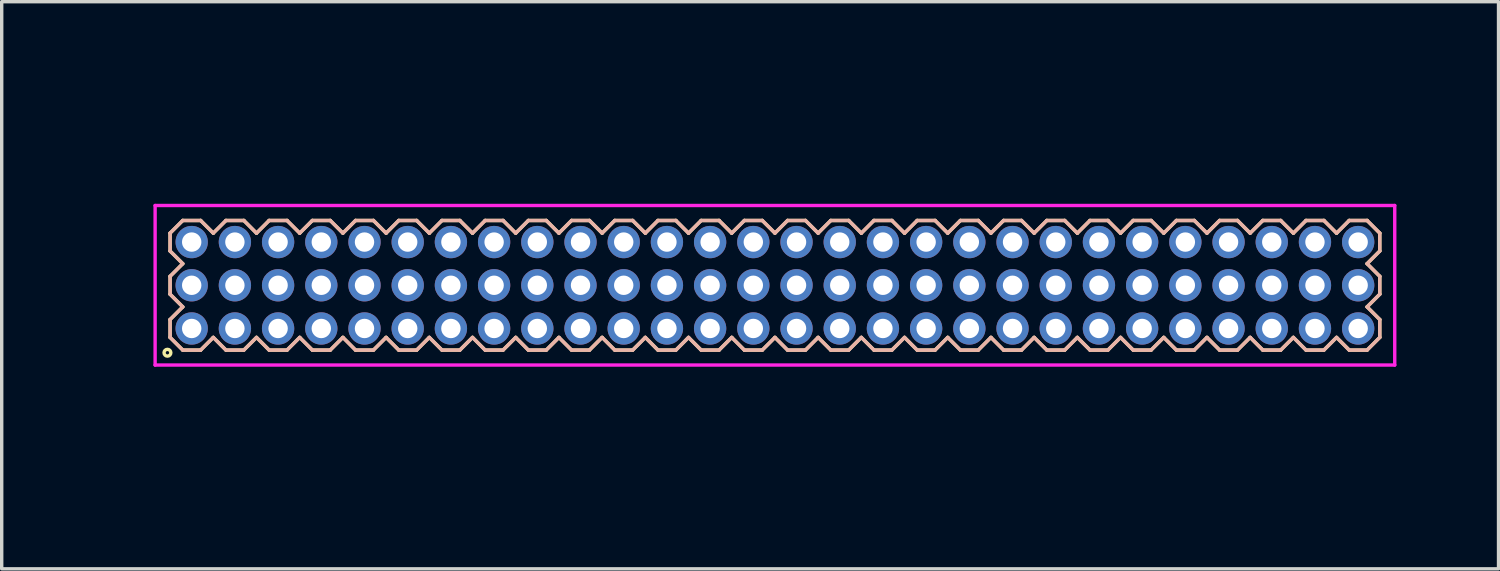
<source format=kicad_pcb>
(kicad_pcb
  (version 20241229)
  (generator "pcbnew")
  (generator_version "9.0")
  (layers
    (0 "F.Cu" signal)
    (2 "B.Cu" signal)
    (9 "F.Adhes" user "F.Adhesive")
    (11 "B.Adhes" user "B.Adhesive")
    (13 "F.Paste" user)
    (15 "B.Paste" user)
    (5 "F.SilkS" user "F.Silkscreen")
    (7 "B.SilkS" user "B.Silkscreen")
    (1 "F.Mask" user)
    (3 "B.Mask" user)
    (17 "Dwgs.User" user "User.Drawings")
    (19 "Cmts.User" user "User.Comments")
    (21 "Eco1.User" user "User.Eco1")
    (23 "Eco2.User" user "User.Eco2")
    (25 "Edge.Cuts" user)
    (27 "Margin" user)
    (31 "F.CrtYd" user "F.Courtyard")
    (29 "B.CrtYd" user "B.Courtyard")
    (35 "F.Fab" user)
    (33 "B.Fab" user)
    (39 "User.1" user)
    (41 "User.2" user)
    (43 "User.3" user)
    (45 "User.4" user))
  (footprint "HDR127P28x3"
    (layer "F.Cu")
    (at 19.73 5.336)
    (property "Reference" "HDR127P28x3" (at -18.97 0 90) (layer "User.1") (effects (font (size 1 1) (thickness 0.1))))
    (attr through_hole)
    (fp_line (start -17.78 -1.533) (end -17.408 -1.905) (stroke (width 0.1) (type solid)) (layer "F.SilkS"))
    (fp_line (start -17.78 -1.007) (end -17.78 -1.533) (stroke (width 0.1) (type solid)) (layer "F.SilkS"))
    (fp_line (start -17.78 -0.263) (end -17.408 -0.635) (stroke (width 0.1) (type solid)) (layer "F.SilkS"))
    (fp_line (start -17.78 0.263) (end -17.78 -0.263) (stroke (width 0.1) (type solid)) (layer "F.SilkS"))
    (fp_line (start -17.78 1.007) (end -17.408 0.635) (stroke (width 0.1) (type solid)) (layer "F.SilkS"))
    (fp_line (start -17.78 1.533) (end -17.78 1.007) (stroke (width 0.1) (type solid)) (layer "F.SilkS"))
    (fp_line (start -17.408 -1.905) (end -16.882 -1.905) (stroke (width 0.1) (type solid)) (layer "F.SilkS"))
    (fp_line (start -17.408 -0.635) (end -17.78 -1.007) (stroke (width 0.1) (type solid)) (layer "F.SilkS"))
    (fp_line (start -17.408 0.635) (end -17.78 0.263) (stroke (width 0.1) (type solid)) (layer "F.SilkS"))
    (fp_line (start -17.408 1.905) (end -17.78 1.533) (stroke (width 0.1) (type solid)) (layer "F.SilkS"))
    (fp_line (start -16.882 -1.905) (end -16.51 -1.533) (stroke (width 0.1) (type solid)) (layer "F.SilkS"))
    (fp_line (start -16.882 1.905) (end -17.408 1.905) (stroke (width 0.1) (type solid)) (layer "F.SilkS"))
    (fp_line (start -16.51 -1.533) (end -16.138 -1.905) (stroke (width 0.1) (type solid)) (layer "F.SilkS"))
    (fp_line (start -16.51 1.533) (end -16.882 1.905) (stroke (width 0.1) (type solid)) (layer "F.SilkS"))
    (fp_line (start -16.138 -1.905) (end -15.612 -1.905) (stroke (width 0.1) (type solid)) (layer "F.SilkS"))
    (fp_line (start -16.138 1.905) (end -16.51 1.533) (stroke (width 0.1) (type solid)) (layer "F.SilkS"))
    (fp_line (start -15.612 -1.905) (end -15.24 -1.533) (stroke (width 0.1) (type solid)) (layer "F.SilkS"))
    (fp_line (start -15.612 1.905) (end -16.138 1.905) (stroke (width 0.1) (type solid)) (layer "F.SilkS"))
    (fp_line (start -15.24 -1.533) (end -14.868 -1.905) (stroke (width 0.1) (type solid)) (layer "F.SilkS"))
    (fp_line (start -15.24 1.533) (end -15.612 1.905) (stroke (width 0.1) (type solid)) (layer "F.SilkS"))
    (fp_line (start -14.868 -1.905) (end -14.342 -1.905) (stroke (width 0.1) (type solid)) (layer "F.SilkS"))
    (fp_line (start -14.868 1.905) (end -15.24 1.533) (stroke (width 0.1) (type solid)) (layer "F.SilkS"))
    (fp_line (start -14.342 -1.905) (end -13.97 -1.533) (stroke (width 0.1) (type solid)) (layer "F.SilkS"))
    (fp_line (start -14.342 1.905) (end -14.868 1.905) (stroke (width 0.1) (type solid)) (layer "F.SilkS"))
    (fp_line (start -13.97 -1.533) (end -13.598 -1.905) (stroke (width 0.1) (type solid)) (layer "F.SilkS"))
    (fp_line (start -13.97 1.533) (end -14.342 1.905) (stroke (width 0.1) (type solid)) (layer "F.SilkS"))
    (fp_line (start -13.598 -1.905) (end -13.072 -1.905) (stroke (width 0.1) (type solid)) (layer "F.SilkS"))
    (fp_line (start -13.598 1.905) (end -13.97 1.533) (stroke (width 0.1) (type solid)) (layer "F.SilkS"))
    (fp_line (start -13.072 -1.905) (end -12.7 -1.533) (stroke (width 0.1) (type solid)) (layer "F.SilkS"))
    (fp_line (start -13.072 1.905) (end -13.598 1.905) (stroke (width 0.1) (type solid)) (layer "F.SilkS"))
    (fp_line (start -12.7 -1.533) (end -12.328 -1.905) (stroke (width 0.1) (type solid)) (layer "F.SilkS"))
    (fp_line (start -12.7 1.533) (end -13.072 1.905) (stroke (width 0.1) (type solid)) (layer "F.SilkS"))
    (fp_line (start -12.328 -1.905) (end -11.802 -1.905) (stroke (width 0.1) (type solid)) (layer "F.SilkS"))
    (fp_line (start -12.328 1.905) (end -12.7 1.533) (stroke (width 0.1) (type solid)) (layer "F.SilkS"))
    (fp_line (start -11.802 -1.905) (end -11.43 -1.533) (stroke (width 0.1) (type solid)) (layer "F.SilkS"))
    (fp_line (start -11.802 1.905) (end -12.328 1.905) (stroke (width 0.1) (type solid)) (layer "F.SilkS"))
    (fp_line (start -11.43 -1.533) (end -11.058 -1.905) (stroke (width 0.1) (type solid)) (layer "F.SilkS"))
    (fp_line (start -11.43 1.533) (end -11.802 1.905) (stroke (width 0.1) (type solid)) (layer "F.SilkS"))
    (fp_line (start -11.058 -1.905) (end -10.532 -1.905) (stroke (width 0.1) (type solid)) (layer "F.SilkS"))
    (fp_line (start -11.058 1.905) (end -11.43 1.533) (stroke (width 0.1) (type solid)) (layer "F.SilkS"))
    (fp_line (start -10.532 -1.905) (end -10.16 -1.533) (stroke (width 0.1) (type solid)) (layer "F.SilkS"))
    (fp_line (start -10.532 1.905) (end -11.058 1.905) (stroke (width 0.1) (type solid)) (layer "F.SilkS"))
    (fp_line (start -10.16 -1.533) (end -9.788 -1.905) (stroke (width 0.1) (type solid)) (layer "F.SilkS"))
    (fp_line (start -10.16 1.533) (end -10.532 1.905) (stroke (width 0.1) (type solid)) (layer "F.SilkS"))
    (fp_line (start -9.788 -1.905) (end -9.262 -1.905) (stroke (width 0.1) (type solid)) (layer "F.SilkS"))
    (fp_line (start -9.788 1.905) (end -10.16 1.533) (stroke (width 0.1) (type solid)) (layer "F.SilkS"))
    (fp_line (start -9.262 -1.905) (end -8.89 -1.533) (stroke (width 0.1) (type solid)) (layer "F.SilkS"))
    (fp_line (start -9.262 1.905) (end -9.788 1.905) (stroke (width 0.1) (type solid)) (layer "F.SilkS"))
    (fp_line (start -8.89 -1.533) (end -8.518 -1.905) (stroke (width 0.1) (type solid)) (layer "F.SilkS"))
    (fp_line (start -8.89 1.533) (end -9.262 1.905) (stroke (width 0.1) (type solid)) (layer "F.SilkS"))
    (fp_line (start -8.518 -1.905) (end -7.992 -1.905) (stroke (width 0.1) (type solid)) (layer "F.SilkS"))
    (fp_line (start -8.518 1.905) (end -8.89 1.533) (stroke (width 0.1) (type solid)) (layer "F.SilkS"))
    (fp_line (start -7.992 -1.905) (end -7.62 -1.533) (stroke (width 0.1) (type solid)) (layer "F.SilkS"))
    (fp_line (start -7.992 1.905) (end -8.518 1.905) (stroke (width 0.1) (type solid)) (layer "F.SilkS"))
    (fp_line (start -7.62 -1.533) (end -7.248 -1.905) (stroke (width 0.1) (type solid)) (layer "F.SilkS"))
    (fp_line (start -7.62 1.533) (end -7.992 1.905) (stroke (width 0.1) (type solid)) (layer "F.SilkS"))
    (fp_line (start -7.248 -1.905) (end -6.722 -1.905) (stroke (width 0.1) (type solid)) (layer "F.SilkS"))
    (fp_line (start -7.248 1.905) (end -7.62 1.533) (stroke (width 0.1) (type solid)) (layer "F.SilkS"))
    (fp_line (start -6.722 -1.905) (end -6.35 -1.533) (stroke (width 0.1) (type solid)) (layer "F.SilkS"))
    (fp_line (start -6.722 1.905) (end -7.248 1.905) (stroke (width 0.1) (type solid)) (layer "F.SilkS"))
    (fp_line (start -6.35 -1.533) (end -5.978 -1.905) (stroke (width 0.1) (type solid)) (layer "F.SilkS"))
    (fp_line (start -6.35 1.533) (end -6.722 1.905) (stroke (width 0.1) (type solid)) (layer "F.SilkS"))
    (fp_line (start -5.978 -1.905) (end -5.452 -1.905) (stroke (width 0.1) (type solid)) (layer "F.SilkS"))
    (fp_line (start -5.978 1.905) (end -6.35 1.533) (stroke (width 0.1) (type solid)) (layer "F.SilkS"))
    (fp_line (start -5.452 -1.905) (end -5.08 -1.533) (stroke (width 0.1) (type solid)) (layer "F.SilkS"))
    (fp_line (start -5.452 1.905) (end -5.978 1.905) (stroke (width 0.1) (type solid)) (layer "F.SilkS"))
    (fp_line (start -5.08 -1.533) (end -4.708 -1.905) (stroke (width 0.1) (type solid)) (layer "F.SilkS"))
    (fp_line (start -5.08 1.533) (end -5.452 1.905) (stroke (width 0.1) (type solid)) (layer "F.SilkS"))
    (fp_line (start -4.708 -1.905) (end -4.182 -1.905) (stroke (width 0.1) (type solid)) (layer "F.SilkS"))
    (fp_line (start -4.708 1.905) (end -5.08 1.533) (stroke (width 0.1) (type solid)) (layer "F.SilkS"))
    (fp_line (start -4.182 -1.905) (end -3.81 -1.533) (stroke (width 0.1) (type solid)) (layer "F.SilkS"))
    (fp_line (start -4.182 1.905) (end -4.708 1.905) (stroke (width 0.1) (type solid)) (layer "F.SilkS"))
    (fp_line (start -3.81 -1.533) (end -3.438 -1.905) (stroke (width 0.1) (type solid)) (layer "F.SilkS"))
    (fp_line (start -3.81 1.533) (end -4.182 1.905) (stroke (width 0.1) (type solid)) (layer "F.SilkS"))
    (fp_line (start -3.438 -1.905) (end -2.912 -1.905) (stroke (width 0.1) (type solid)) (layer "F.SilkS"))
    (fp_line (start -3.438 1.905) (end -3.81 1.533) (stroke (width 0.1) (type solid)) (layer "F.SilkS"))
    (fp_line (start -2.912 -1.905) (end -2.54 -1.533) (stroke (width 0.1) (type solid)) (layer "F.SilkS"))
    (fp_line (start -2.912 1.905) (end -3.438 1.905) (stroke (width 0.1) (type solid)) (layer "F.SilkS"))
    (fp_line (start -2.54 -1.533) (end -2.168 -1.905) (stroke (width 0.1) (type solid)) (layer "F.SilkS"))
    (fp_line (start -2.54 1.533) (end -2.912 1.905) (stroke (width 0.1) (type solid)) (layer "F.SilkS"))
    (fp_line (start -2.168 -1.905) (end -1.642 -1.905) (stroke (width 0.1) (type solid)) (layer "F.SilkS"))
    (fp_line (start -2.168 1.905) (end -2.54 1.533) (stroke (width 0.1) (type solid)) (layer "F.SilkS"))
    (fp_line (start -1.642 -1.905) (end -1.27 -1.533) (stroke (width 0.1) (type solid)) (layer "F.SilkS"))
    (fp_line (start -1.642 1.905) (end -2.168 1.905) (stroke (width 0.1) (type solid)) (layer "F.SilkS"))
    (fp_line (start -1.27 -1.533) (end -0.898 -1.905) (stroke (width 0.1) (type solid)) (layer "F.SilkS"))
    (fp_line (start -1.27 1.533) (end -1.642 1.905) (stroke (width 0.1) (type solid)) (layer "F.SilkS"))
    (fp_line (start -0.898 -1.905) (end -0.372 -1.905) (stroke (width 0.1) (type solid)) (layer "F.SilkS"))
    (fp_line (start -0.898 1.905) (end -1.27 1.533) (stroke (width 0.1) (type solid)) (layer "F.SilkS"))
    (fp_line (start -0.372 -1.905) (end 0 -1.533) (stroke (width 0.1) (type solid)) (layer "F.SilkS"))
    (fp_line (start -0.372 1.905) (end -0.898 1.905) (stroke (width 0.1) (type solid)) (layer "F.SilkS"))
    (fp_line (start 0 -1.533) (end 0.372 -1.905) (stroke (width 0.1) (type solid)) (layer "F.SilkS"))
    (fp_line (start 0 1.533) (end -0.372 1.905) (stroke (width 0.1) (type solid)) (layer "F.SilkS"))
    (fp_line (start 0.372 -1.905) (end 0.898 -1.905) (stroke (width 0.1) (type solid)) (layer "F.SilkS"))
    (fp_line (start 0.372 1.905) (end 0 1.533) (stroke (width 0.1) (type solid)) (layer "F.SilkS"))
    (fp_line (start 0.898 -1.905) (end 1.27 -1.533) (stroke (width 0.1) (type solid)) (layer "F.SilkS"))
    (fp_line (start 0.898 1.905) (end 0.372 1.905) (stroke (width 0.1) (type solid)) (layer "F.SilkS"))
    (fp_line (start 1.27 -1.533) (end 1.642 -1.905) (stroke (width 0.1) (type solid)) (layer "F.SilkS"))
    (fp_line (start 1.27 1.533) (end 0.898 1.905) (stroke (width 0.1) (type solid)) (layer "F.SilkS"))
    (fp_line (start 1.642 -1.905) (end 2.168 -1.905) (stroke (width 0.1) (type solid)) (layer "F.SilkS"))
    (fp_line (start 1.642 1.905) (end 1.27 1.533) (stroke (width 0.1) (type solid)) (layer "F.SilkS"))
    (fp_line (start 2.168 -1.905) (end 2.54 -1.533) (stroke (width 0.1) (type solid)) (layer "F.SilkS"))
    (fp_line (start 2.168 1.905) (end 1.642 1.905) (stroke (width 0.1) (type solid)) (layer "F.SilkS"))
    (fp_line (start 2.54 -1.533) (end 2.912 -1.905) (stroke (width 0.1) (type solid)) (layer "F.SilkS"))
    (fp_line (start 2.54 1.533) (end 2.168 1.905) (stroke (width 0.1) (type solid)) (layer "F.SilkS"))
    (fp_line (start 2.912 -1.905) (end 3.438 -1.905) (stroke (width 0.1) (type solid)) (layer "F.SilkS"))
    (fp_line (start 2.912 1.905) (end 2.54 1.533) (stroke (width 0.1) (type solid)) (layer "F.SilkS"))
    (fp_line (start 3.438 -1.905) (end 3.81 -1.533) (stroke (width 0.1) (type solid)) (layer "F.SilkS"))
    (fp_line (start 3.438 1.905) (end 2.912 1.905) (stroke (width 0.1) (type solid)) (layer "F.SilkS"))
    (fp_line (start 3.81 -1.533) (end 4.182 -1.905) (stroke (width 0.1) (type solid)) (layer "F.SilkS"))
    (fp_line (start 3.81 1.533) (end 3.438 1.905) (stroke (width 0.1) (type solid)) (layer "F.SilkS"))
    (fp_line (start 4.182 -1.905) (end 4.708 -1.905) (stroke (width 0.1) (type solid)) (layer "F.SilkS"))
    (fp_line (start 4.182 1.905) (end 3.81 1.533) (stroke (width 0.1) (type solid)) (layer "F.SilkS"))
    (fp_line (start 4.708 -1.905) (end 5.08 -1.533) (stroke (width 0.1) (type solid)) (layer "F.SilkS"))
    (fp_line (start 4.708 1.905) (end 4.182 1.905) (stroke (width 0.1) (type solid)) (layer "F.SilkS"))
    (fp_line (start 5.08 -1.533) (end 5.452 -1.905) (stroke (width 0.1) (type solid)) (layer "F.SilkS"))
    (fp_line (start 5.08 1.533) (end 4.708 1.905) (stroke (width 0.1) (type solid)) (layer "F.SilkS"))
    (fp_line (start 5.452 -1.905) (end 5.978 -1.905) (stroke (width 0.1) (type solid)) (layer "F.SilkS"))
    (fp_line (start 5.452 1.905) (end 5.08 1.533) (stroke (width 0.1) (type solid)) (layer "F.SilkS"))
    (fp_line (start 5.978 -1.905) (end 6.35 -1.533) (stroke (width 0.1) (type solid)) (layer "F.SilkS"))
    (fp_line (start 5.978 1.905) (end 5.452 1.905) (stroke (width 0.1) (type solid)) (layer "F.SilkS"))
    (fp_line (start 6.35 -1.533) (end 6.722 -1.905) (stroke (width 0.1) (type solid)) (layer "F.SilkS"))
    (fp_line (start 6.35 1.533) (end 5.978 1.905) (stroke (width 0.1) (type solid)) (layer "F.SilkS"))
    (fp_line (start 6.722 -1.905) (end 7.248 -1.905) (stroke (width 0.1) (type solid)) (layer "F.SilkS"))
    (fp_line (start 6.722 1.905) (end 6.35 1.533) (stroke (width 0.1) (type solid)) (layer "F.SilkS"))
    (fp_line (start 7.248 -1.905) (end 7.62 -1.533) (stroke (width 0.1) (type solid)) (layer "F.SilkS"))
    (fp_line (start 7.248 1.905) (end 6.722 1.905) (stroke (width 0.1) (type solid)) (layer "F.SilkS"))
    (fp_line (start 7.62 -1.533) (end 7.992 -1.905) (stroke (width 0.1) (type solid)) (layer "F.SilkS"))
    (fp_line (start 7.62 1.533) (end 7.248 1.905) (stroke (width 0.1) (type solid)) (layer "F.SilkS"))
    (fp_line (start 7.992 -1.905) (end 8.518 -1.905) (stroke (width 0.1) (type solid)) (layer "F.SilkS"))
    (fp_line (start 7.992 1.905) (end 7.62 1.533) (stroke (width 0.1) (type solid)) (layer "F.SilkS"))
    (fp_line (start 8.518 -1.905) (end 8.89 -1.533) (stroke (width 0.1) (type solid)) (layer "F.SilkS"))
    (fp_line (start 8.518 1.905) (end 7.992 1.905) (stroke (width 0.1) (type solid)) (layer "F.SilkS"))
    (fp_line (start 8.89 -1.533) (end 9.262 -1.905) (stroke (width 0.1) (type solid)) (layer "F.SilkS"))
    (fp_line (start 8.89 1.533) (end 8.518 1.905) (stroke (width 0.1) (type solid)) (layer "F.SilkS"))
    (fp_line (start 9.262 -1.905) (end 9.788 -1.905) (stroke (width 0.1) (type solid)) (layer "F.SilkS"))
    (fp_line (start 9.262 1.905) (end 8.89 1.533) (stroke (width 0.1) (type solid)) (layer "F.SilkS"))
    (fp_line (start 9.788 -1.905) (end 10.16 -1.533) (stroke (width 0.1) (type solid)) (layer "F.SilkS"))
    (fp_line (start 9.788 1.905) (end 9.262 1.905) (stroke (width 0.1) (type solid)) (layer "F.SilkS"))
    (fp_line (start 10.16 -1.533) (end 10.532 -1.905) (stroke (width 0.1) (type solid)) (layer "F.SilkS"))
    (fp_line (start 10.16 1.533) (end 9.788 1.905) (stroke (width 0.1) (type solid)) (layer "F.SilkS"))
    (fp_line (start 10.532 -1.905) (end 11.058 -1.905) (stroke (width 0.1) (type solid)) (layer "F.SilkS"))
    (fp_line (start 10.532 1.905) (end 10.16 1.533) (stroke (width 0.1) (type solid)) (layer "F.SilkS"))
    (fp_line (start 11.058 -1.905) (end 11.43 -1.533) (stroke (width 0.1) (type solid)) (layer "F.SilkS"))
    (fp_line (start 11.058 1.905) (end 10.532 1.905) (stroke (width 0.1) (type solid)) (layer "F.SilkS"))
    (fp_line (start 11.43 -1.533) (end 11.802 -1.905) (stroke (width 0.1) (type solid)) (layer "F.SilkS"))
    (fp_line (start 11.43 1.533) (end 11.058 1.905) (stroke (width 0.1) (type solid)) (layer "F.SilkS"))
    (fp_line (start 11.802 -1.905) (end 12.328 -1.905) (stroke (width 0.1) (type solid)) (layer "F.SilkS"))
    (fp_line (start 11.802 1.905) (end 11.43 1.533) (stroke (width 0.1) (type solid)) (layer "F.SilkS"))
    (fp_line (start 12.328 -1.905) (end 12.7 -1.533) (stroke (width 0.1) (type solid)) (layer "F.SilkS"))
    (fp_line (start 12.328 1.905) (end 11.802 1.905) (stroke (width 0.1) (type solid)) (layer "F.SilkS"))
    (fp_line (start 12.7 -1.533) (end 13.072 -1.905) (stroke (width 0.1) (type solid)) (layer "F.SilkS"))
    (fp_line (start 12.7 1.533) (end 12.328 1.905) (stroke (width 0.1) (type solid)) (layer "F.SilkS"))
    (fp_line (start 13.072 -1.905) (end 13.598 -1.905) (stroke (width 0.1) (type solid)) (layer "F.SilkS"))
    (fp_line (start 13.072 1.905) (end 12.7 1.533) (stroke (width 0.1) (type solid)) (layer "F.SilkS"))
    (fp_line (start 13.598 -1.905) (end 13.97 -1.533) (stroke (width 0.1) (type solid)) (layer "F.SilkS"))
    (fp_line (start 13.598 1.905) (end 13.072 1.905) (stroke (width 0.1) (type solid)) (layer "F.SilkS"))
    (fp_line (start 13.97 -1.533) (end 14.342 -1.905) (stroke (width 0.1) (type solid)) (layer "F.SilkS"))
    (fp_line (start 13.97 1.533) (end 13.598 1.905) (stroke (width 0.1) (type solid)) (layer "F.SilkS"))
    (fp_line (start 14.342 -1.905) (end 14.868 -1.905) (stroke (width 0.1) (type solid)) (layer "F.SilkS"))
    (fp_line (start 14.342 1.905) (end 13.97 1.533) (stroke (width 0.1) (type solid)) (layer "F.SilkS"))
    (fp_line (start 14.868 -1.905) (end 15.24 -1.533) (stroke (width 0.1) (type solid)) (layer "F.SilkS"))
    (fp_line (start 14.868 1.905) (end 14.342 1.905) (stroke (width 0.1) (type solid)) (layer "F.SilkS"))
    (fp_line (start 15.24 -1.533) (end 15.612 -1.905) (stroke (width 0.1) (type solid)) (layer "F.SilkS"))
    (fp_line (start 15.24 1.533) (end 14.868 1.905) (stroke (width 0.1) (type solid)) (layer "F.SilkS"))
    (fp_line (start 15.612 -1.905) (end 16.138 -1.905) (stroke (width 0.1) (type solid)) (layer "F.SilkS"))
    (fp_line (start 15.612 1.905) (end 15.24 1.533) (stroke (width 0.1) (type solid)) (layer "F.SilkS"))
    (fp_line (start 16.138 -1.905) (end 16.51 -1.533) (stroke (width 0.1) (type solid)) (layer "F.SilkS"))
    (fp_line (start 16.138 1.905) (end 15.612 1.905) (stroke (width 0.1) (type solid)) (layer "F.SilkS"))
    (fp_line (start 16.51 -1.533) (end 16.882 -1.905) (stroke (width 0.1) (type solid)) (layer "F.SilkS"))
    (fp_line (start 16.51 1.533) (end 16.138 1.905) (stroke (width 0.1) (type solid)) (layer "F.SilkS"))
    (fp_line (start 16.882 -1.905) (end 17.408 -1.905) (stroke (width 0.1) (type solid)) (layer "F.SilkS"))
    (fp_line (start 16.882 1.905) (end 16.51 1.533) (stroke (width 0.1) (type solid)) (layer "F.SilkS"))
    (fp_line (start 17.408 -1.905) (end 17.78 -1.533) (stroke (width 0.1) (type solid)) (layer "F.SilkS"))
    (fp_line (start 17.408 -0.635) (end 17.78 -0.263) (stroke (width 0.1) (type solid)) (layer "F.SilkS"))
    (fp_line (start 17.408 0.635) (end 17.78 1.007) (stroke (width 0.1) (type solid)) (layer "F.SilkS"))
    (fp_line (start 17.408 1.905) (end 16.882 1.905) (stroke (width 0.1) (type solid)) (layer "F.SilkS"))
    (fp_line (start 17.78 -1.533) (end 17.78 -1.007) (stroke (width 0.1) (type solid)) (layer "F.SilkS"))
    (fp_line (start 17.78 -1.007) (end 17.408 -0.635) (stroke (width 0.1) (type solid)) (layer "F.SilkS"))
    (fp_line (start 17.78 -0.263) (end 17.78 0.263) (stroke (width 0.1) (type solid)) (layer "F.SilkS"))
    (fp_line (start 17.78 0.263) (end 17.408 0.635) (stroke (width 0.1) (type solid)) (layer "F.SilkS"))
    (fp_line (start 17.78 1.007) (end 17.78 1.533) (stroke (width 0.1) (type solid)) (layer "F.SilkS"))
    (fp_line (start 17.78 1.533) (end 17.408 1.905) (stroke (width 0.1) (type solid)) (layer "F.SilkS"))
    (fp_circle (center -17.858 1.983) (end -17.758 1.983) (stroke (width 0.1) (type solid)) (fill no) (layer "F.SilkS"))
    (fp_line (start -17.78 -1.533) (end -17.408 -1.905) (stroke (width 0.1) (type solid)) (layer "B.SilkS"))
    (fp_line (start -17.78 -1.007) (end -17.78 -1.533) (stroke (width 0.1) (type solid)) (layer "B.SilkS"))
    (fp_line (start -17.78 -0.263) (end -17.408 -0.635) (stroke (width 0.1) (type solid)) (layer "B.SilkS"))
    (fp_line (start -17.78 0.263) (end -17.78 -0.263) (stroke (width 0.1) (type solid)) (layer "B.SilkS"))
    (fp_line (start -17.78 1.007) (end -17.408 0.635) (stroke (width 0.1) (type solid)) (layer "B.SilkS"))
    (fp_line (start -17.78 1.533) (end -17.78 1.007) (stroke (width 0.1) (type solid)) (layer "B.SilkS"))
    (fp_line (start -17.408 -1.905) (end -16.882 -1.905) (stroke (width 0.1) (type solid)) (layer "B.SilkS"))
    (fp_line (start -17.408 -0.635) (end -17.78 -1.007) (stroke (width 0.1) (type solid)) (layer "B.SilkS"))
    (fp_line (start -17.408 0.635) (end -17.78 0.263) (stroke (width 0.1) (type solid)) (layer "B.SilkS"))
    (fp_line (start -17.408 1.905) (end -17.78 1.533) (stroke (width 0.1) (type solid)) (layer "B.SilkS"))
    (fp_line (start -16.882 -1.905) (end -16.51 -1.533) (stroke (width 0.1) (type solid)) (layer "B.SilkS"))
    (fp_line (start -16.882 1.905) (end -17.408 1.905) (stroke (width 0.1) (type solid)) (layer "B.SilkS"))
    (fp_line (start -16.51 -1.533) (end -16.138 -1.905) (stroke (width 0.1) (type solid)) (layer "B.SilkS"))
    (fp_line (start -16.51 1.533) (end -16.882 1.905) (stroke (width 0.1) (type solid)) (layer "B.SilkS"))
    (fp_line (start -16.138 -1.905) (end -15.612 -1.905) (stroke (width 0.1) (type solid)) (layer "B.SilkS"))
    (fp_line (start -16.138 1.905) (end -16.51 1.533) (stroke (width 0.1) (type solid)) (layer "B.SilkS"))
    (fp_line (start -15.612 -1.905) (end -15.24 -1.533) (stroke (width 0.1) (type solid)) (layer "B.SilkS"))
    (fp_line (start -15.612 1.905) (end -16.138 1.905) (stroke (width 0.1) (type solid)) (layer "B.SilkS"))
    (fp_line (start -15.24 -1.533) (end -14.868 -1.905) (stroke (width 0.1) (type solid)) (layer "B.SilkS"))
    (fp_line (start -15.24 1.533) (end -15.612 1.905) (stroke (width 0.1) (type solid)) (layer "B.SilkS"))
    (fp_line (start -14.868 -1.905) (end -14.342 -1.905) (stroke (width 0.1) (type solid)) (layer "B.SilkS"))
    (fp_line (start -14.868 1.905) (end -15.24 1.533) (stroke (width 0.1) (type solid)) (layer "B.SilkS"))
    (fp_line (start -14.342 -1.905) (end -13.97 -1.533) (stroke (width 0.1) (type solid)) (layer "B.SilkS"))
    (fp_line (start -14.342 1.905) (end -14.868 1.905) (stroke (width 0.1) (type solid)) (layer "B.SilkS"))
    (fp_line (start -13.97 -1.533) (end -13.598 -1.905) (stroke (width 0.1) (type solid)) (layer "B.SilkS"))
    (fp_line (start -13.97 1.533) (end -14.342 1.905) (stroke (width 0.1) (type solid)) (layer "B.SilkS"))
    (fp_line (start -13.598 -1.905) (end -13.072 -1.905) (stroke (width 0.1) (type solid)) (layer "B.SilkS"))
    (fp_line (start -13.598 1.905) (end -13.97 1.533) (stroke (width 0.1) (type solid)) (layer "B.SilkS"))
    (fp_line (start -13.072 -1.905) (end -12.7 -1.533) (stroke (width 0.1) (type solid)) (layer "B.SilkS"))
    (fp_line (start -13.072 1.905) (end -13.598 1.905) (stroke (width 0.1) (type solid)) (layer "B.SilkS"))
    (fp_line (start -12.7 -1.533) (end -12.328 -1.905) (stroke (width 0.1) (type solid)) (layer "B.SilkS"))
    (fp_line (start -12.7 1.533) (end -13.072 1.905) (stroke (width 0.1) (type solid)) (layer "B.SilkS"))
    (fp_line (start -12.328 -1.905) (end -11.802 -1.905) (stroke (width 0.1) (type solid)) (layer "B.SilkS"))
    (fp_line (start -12.328 1.905) (end -12.7 1.533) (stroke (width 0.1) (type solid)) (layer "B.SilkS"))
    (fp_line (start -11.802 -1.905) (end -11.43 -1.533) (stroke (width 0.1) (type solid)) (layer "B.SilkS"))
    (fp_line (start -11.802 1.905) (end -12.328 1.905) (stroke (width 0.1) (type solid)) (layer "B.SilkS"))
    (fp_line (start -11.43 -1.533) (end -11.058 -1.905) (stroke (width 0.1) (type solid)) (layer "B.SilkS"))
    (fp_line (start -11.43 1.533) (end -11.802 1.905) (stroke (width 0.1) (type solid)) (layer "B.SilkS"))
    (fp_line (start -11.058 -1.905) (end -10.532 -1.905) (stroke (width 0.1) (type solid)) (layer "B.SilkS"))
    (fp_line (start -11.058 1.905) (end -11.43 1.533) (stroke (width 0.1) (type solid)) (layer "B.SilkS"))
    (fp_line (start -10.532 -1.905) (end -10.16 -1.533) (stroke (width 0.1) (type solid)) (layer "B.SilkS"))
    (fp_line (start -10.532 1.905) (end -11.058 1.905) (stroke (width 0.1) (type solid)) (layer "B.SilkS"))
    (fp_line (start -10.16 -1.533) (end -9.788 -1.905) (stroke (width 0.1) (type solid)) (layer "B.SilkS"))
    (fp_line (start -10.16 1.533) (end -10.532 1.905) (stroke (width 0.1) (type solid)) (layer "B.SilkS"))
    (fp_line (start -9.788 -1.905) (end -9.262 -1.905) (stroke (width 0.1) (type solid)) (layer "B.SilkS"))
    (fp_line (start -9.788 1.905) (end -10.16 1.533) (stroke (width 0.1) (type solid)) (layer "B.SilkS"))
    (fp_line (start -9.262 -1.905) (end -8.89 -1.533) (stroke (width 0.1) (type solid)) (layer "B.SilkS"))
    (fp_line (start -9.262 1.905) (end -9.788 1.905) (stroke (width 0.1) (type solid)) (layer "B.SilkS"))
    (fp_line (start -8.89 -1.533) (end -8.518 -1.905) (stroke (width 0.1) (type solid)) (layer "B.SilkS"))
    (fp_line (start -8.89 1.533) (end -9.262 1.905) (stroke (width 0.1) (type solid)) (layer "B.SilkS"))
    (fp_line (start -8.518 -1.905) (end -7.992 -1.905) (stroke (width 0.1) (type solid)) (layer "B.SilkS"))
    (fp_line (start -8.518 1.905) (end -8.89 1.533) (stroke (width 0.1) (type solid)) (layer "B.SilkS"))
    (fp_line (start -7.992 -1.905) (end -7.62 -1.533) (stroke (width 0.1) (type solid)) (layer "B.SilkS"))
    (fp_line (start -7.992 1.905) (end -8.518 1.905) (stroke (width 0.1) (type solid)) (layer "B.SilkS"))
    (fp_line (start -7.62 -1.533) (end -7.248 -1.905) (stroke (width 0.1) (type solid)) (layer "B.SilkS"))
    (fp_line (start -7.62 1.533) (end -7.992 1.905) (stroke (width 0.1) (type solid)) (layer "B.SilkS"))
    (fp_line (start -7.248 -1.905) (end -6.722 -1.905) (stroke (width 0.1) (type solid)) (layer "B.SilkS"))
    (fp_line (start -7.248 1.905) (end -7.62 1.533) (stroke (width 0.1) (type solid)) (layer "B.SilkS"))
    (fp_line (start -6.722 -1.905) (end -6.35 -1.533) (stroke (width 0.1) (type solid)) (layer "B.SilkS"))
    (fp_line (start -6.722 1.905) (end -7.248 1.905) (stroke (width 0.1) (type solid)) (layer "B.SilkS"))
    (fp_line (start -6.35 -1.533) (end -5.978 -1.905) (stroke (width 0.1) (type solid)) (layer "B.SilkS"))
    (fp_line (start -6.35 1.533) (end -6.722 1.905) (stroke (width 0.1) (type solid)) (layer "B.SilkS"))
    (fp_line (start -5.978 -1.905) (end -5.452 -1.905) (stroke (width 0.1) (type solid)) (layer "B.SilkS"))
    (fp_line (start -5.978 1.905) (end -6.35 1.533) (stroke (width 0.1) (type solid)) (layer "B.SilkS"))
    (fp_line (start -5.452 -1.905) (end -5.08 -1.533) (stroke (width 0.1) (type solid)) (layer "B.SilkS"))
    (fp_line (start -5.452 1.905) (end -5.978 1.905) (stroke (width 0.1) (type solid)) (layer "B.SilkS"))
    (fp_line (start -5.08 -1.533) (end -4.708 -1.905) (stroke (width 0.1) (type solid)) (layer "B.SilkS"))
    (fp_line (start -5.08 1.533) (end -5.452 1.905) (stroke (width 0.1) (type solid)) (layer "B.SilkS"))
    (fp_line (start -4.708 -1.905) (end -4.182 -1.905) (stroke (width 0.1) (type solid)) (layer "B.SilkS"))
    (fp_line (start -4.708 1.905) (end -5.08 1.533) (stroke (width 0.1) (type solid)) (layer "B.SilkS"))
    (fp_line (start -4.182 -1.905) (end -3.81 -1.533) (stroke (width 0.1) (type solid)) (layer "B.SilkS"))
    (fp_line (start -4.182 1.905) (end -4.708 1.905) (stroke (width 0.1) (type solid)) (layer "B.SilkS"))
    (fp_line (start -3.81 -1.533) (end -3.438 -1.905) (stroke (width 0.1) (type solid)) (layer "B.SilkS"))
    (fp_line (start -3.81 1.533) (end -4.182 1.905) (stroke (width 0.1) (type solid)) (layer "B.SilkS"))
    (fp_line (start -3.438 -1.905) (end -2.912 -1.905) (stroke (width 0.1) (type solid)) (layer "B.SilkS"))
    (fp_line (start -3.438 1.905) (end -3.81 1.533) (stroke (width 0.1) (type solid)) (layer "B.SilkS"))
    (fp_line (start -2.912 -1.905) (end -2.54 -1.533) (stroke (width 0.1) (type solid)) (layer "B.SilkS"))
    (fp_line (start -2.912 1.905) (end -3.438 1.905) (stroke (width 0.1) (type solid)) (layer "B.SilkS"))
    (fp_line (start -2.54 -1.533) (end -2.168 -1.905) (stroke (width 0.1) (type solid)) (layer "B.SilkS"))
    (fp_line (start -2.54 1.533) (end -2.912 1.905) (stroke (width 0.1) (type solid)) (layer "B.SilkS"))
    (fp_line (start -2.168 -1.905) (end -1.642 -1.905) (stroke (width 0.1) (type solid)) (layer "B.SilkS"))
    (fp_line (start -2.168 1.905) (end -2.54 1.533) (stroke (width 0.1) (type solid)) (layer "B.SilkS"))
    (fp_line (start -1.642 -1.905) (end -1.27 -1.533) (stroke (width 0.1) (type solid)) (layer "B.SilkS"))
    (fp_line (start -1.642 1.905) (end -2.168 1.905) (stroke (width 0.1) (type solid)) (layer "B.SilkS"))
    (fp_line (start -1.27 -1.533) (end -0.898 -1.905) (stroke (width 0.1) (type solid)) (layer "B.SilkS"))
    (fp_line (start -1.27 1.533) (end -1.642 1.905) (stroke (width 0.1) (type solid)) (layer "B.SilkS"))
    (fp_line (start -0.898 -1.905) (end -0.372 -1.905) (stroke (width 0.1) (type solid)) (layer "B.SilkS"))
    (fp_line (start -0.898 1.905) (end -1.27 1.533) (stroke (width 0.1) (type solid)) (layer "B.SilkS"))
    (fp_line (start -0.372 -1.905) (end 0 -1.533) (stroke (width 0.1) (type solid)) (layer "B.SilkS"))
    (fp_line (start -0.372 1.905) (end -0.898 1.905) (stroke (width 0.1) (type solid)) (layer "B.SilkS"))
    (fp_line (start 0 -1.533) (end 0.372 -1.905) (stroke (width 0.1) (type solid)) (layer "B.SilkS"))
    (fp_line (start 0 1.533) (end -0.372 1.905) (stroke (width 0.1) (type solid)) (layer "B.SilkS"))
    (fp_line (start 0.372 -1.905) (end 0.898 -1.905) (stroke (width 0.1) (type solid)) (layer "B.SilkS"))
    (fp_line (start 0.372 1.905) (end 0 1.533) (stroke (width 0.1) (type solid)) (layer "B.SilkS"))
    (fp_line (start 0.898 -1.905) (end 1.27 -1.533) (stroke (width 0.1) (type solid)) (layer "B.SilkS"))
    (fp_line (start 0.898 1.905) (end 0.372 1.905) (stroke (width 0.1) (type solid)) (layer "B.SilkS"))
    (fp_line (start 1.27 -1.533) (end 1.642 -1.905) (stroke (width 0.1) (type solid)) (layer "B.SilkS"))
    (fp_line (start 1.27 1.533) (end 0.898 1.905) (stroke (width 0.1) (type solid)) (layer "B.SilkS"))
    (fp_line (start 1.642 -1.905) (end 2.168 -1.905) (stroke (width 0.1) (type solid)) (layer "B.SilkS"))
    (fp_line (start 1.642 1.905) (end 1.27 1.533) (stroke (width 0.1) (type solid)) (layer "B.SilkS"))
    (fp_line (start 2.168 -1.905) (end 2.54 -1.533) (stroke (width 0.1) (type solid)) (layer "B.SilkS"))
    (fp_line (start 2.168 1.905) (end 1.642 1.905) (stroke (width 0.1) (type solid)) (layer "B.SilkS"))
    (fp_line (start 2.54 -1.533) (end 2.912 -1.905) (stroke (width 0.1) (type solid)) (layer "B.SilkS"))
    (fp_line (start 2.54 1.533) (end 2.168 1.905) (stroke (width 0.1) (type solid)) (layer "B.SilkS"))
    (fp_line (start 2.912 -1.905) (end 3.438 -1.905) (stroke (width 0.1) (type solid)) (layer "B.SilkS"))
    (fp_line (start 2.912 1.905) (end 2.54 1.533) (stroke (width 0.1) (type solid)) (layer "B.SilkS"))
    (fp_line (start 3.438 -1.905) (end 3.81 -1.533) (stroke (width 0.1) (type solid)) (layer "B.SilkS"))
    (fp_line (start 3.438 1.905) (end 2.912 1.905) (stroke (width 0.1) (type solid)) (layer "B.SilkS"))
    (fp_line (start 3.81 -1.533) (end 4.182 -1.905) (stroke (width 0.1) (type solid)) (layer "B.SilkS"))
    (fp_line (start 3.81 1.533) (end 3.438 1.905) (stroke (width 0.1) (type solid)) (layer "B.SilkS"))
    (fp_line (start 4.182 -1.905) (end 4.708 -1.905) (stroke (width 0.1) (type solid)) (layer "B.SilkS"))
    (fp_line (start 4.182 1.905) (end 3.81 1.533) (stroke (width 0.1) (type solid)) (layer "B.SilkS"))
    (fp_line (start 4.708 -1.905) (end 5.08 -1.533) (stroke (width 0.1) (type solid)) (layer "B.SilkS"))
    (fp_line (start 4.708 1.905) (end 4.182 1.905) (stroke (width 0.1) (type solid)) (layer "B.SilkS"))
    (fp_line (start 5.08 -1.533) (end 5.452 -1.905) (stroke (width 0.1) (type solid)) (layer "B.SilkS"))
    (fp_line (start 5.08 1.533) (end 4.708 1.905) (stroke (width 0.1) (type solid)) (layer "B.SilkS"))
    (fp_line (start 5.452 -1.905) (end 5.978 -1.905) (stroke (width 0.1) (type solid)) (layer "B.SilkS"))
    (fp_line (start 5.452 1.905) (end 5.08 1.533) (stroke (width 0.1) (type solid)) (layer "B.SilkS"))
    (fp_line (start 5.978 -1.905) (end 6.35 -1.533) (stroke (width 0.1) (type solid)) (layer "B.SilkS"))
    (fp_line (start 5.978 1.905) (end 5.452 1.905) (stroke (width 0.1) (type solid)) (layer "B.SilkS"))
    (fp_line (start 6.35 -1.533) (end 6.722 -1.905) (stroke (width 0.1) (type solid)) (layer "B.SilkS"))
    (fp_line (start 6.35 1.533) (end 5.978 1.905) (stroke (width 0.1) (type solid)) (layer "B.SilkS"))
    (fp_line (start 6.722 -1.905) (end 7.248 -1.905) (stroke (width 0.1) (type solid)) (layer "B.SilkS"))
    (fp_line (start 6.722 1.905) (end 6.35 1.533) (stroke (width 0.1) (type solid)) (layer "B.SilkS"))
    (fp_line (start 7.248 -1.905) (end 7.62 -1.533) (stroke (width 0.1) (type solid)) (layer "B.SilkS"))
    (fp_line (start 7.248 1.905) (end 6.722 1.905) (stroke (width 0.1) (type solid)) (layer "B.SilkS"))
    (fp_line (start 7.62 -1.533) (end 7.992 -1.905) (stroke (width 0.1) (type solid)) (layer "B.SilkS"))
    (fp_line (start 7.62 1.533) (end 7.248 1.905) (stroke (width 0.1) (type solid)) (layer "B.SilkS"))
    (fp_line (start 7.992 -1.905) (end 8.518 -1.905) (stroke (width 0.1) (type solid)) (layer "B.SilkS"))
    (fp_line (start 7.992 1.905) (end 7.62 1.533) (stroke (width 0.1) (type solid)) (layer "B.SilkS"))
    (fp_line (start 8.518 -1.905) (end 8.89 -1.533) (stroke (width 0.1) (type solid)) (layer "B.SilkS"))
    (fp_line (start 8.518 1.905) (end 7.992 1.905) (stroke (width 0.1) (type solid)) (layer "B.SilkS"))
    (fp_line (start 8.89 -1.533) (end 9.262 -1.905) (stroke (width 0.1) (type solid)) (layer "B.SilkS"))
    (fp_line (start 8.89 1.533) (end 8.518 1.905) (stroke (width 0.1) (type solid)) (layer "B.SilkS"))
    (fp_line (start 9.262 -1.905) (end 9.788 -1.905) (stroke (width 0.1) (type solid)) (layer "B.SilkS"))
    (fp_line (start 9.262 1.905) (end 8.89 1.533) (stroke (width 0.1) (type solid)) (layer "B.SilkS"))
    (fp_line (start 9.788 -1.905) (end 10.16 -1.533) (stroke (width 0.1) (type solid)) (layer "B.SilkS"))
    (fp_line (start 9.788 1.905) (end 9.262 1.905) (stroke (width 0.1) (type solid)) (layer "B.SilkS"))
    (fp_line (start 10.16 -1.533) (end 10.532 -1.905) (stroke (width 0.1) (type solid)) (layer "B.SilkS"))
    (fp_line (start 10.16 1.533) (end 9.788 1.905) (stroke (width 0.1) (type solid)) (layer "B.SilkS"))
    (fp_line (start 10.532 -1.905) (end 11.058 -1.905) (stroke (width 0.1) (type solid)) (layer "B.SilkS"))
    (fp_line (start 10.532 1.905) (end 10.16 1.533) (stroke (width 0.1) (type solid)) (layer "B.SilkS"))
    (fp_line (start 11.058 -1.905) (end 11.43 -1.533) (stroke (width 0.1) (type solid)) (layer "B.SilkS"))
    (fp_line (start 11.058 1.905) (end 10.532 1.905) (stroke (width 0.1) (type solid)) (layer "B.SilkS"))
    (fp_line (start 11.43 -1.533) (end 11.802 -1.905) (stroke (width 0.1) (type solid)) (layer "B.SilkS"))
    (fp_line (start 11.43 1.533) (end 11.058 1.905) (stroke (width 0.1) (type solid)) (layer "B.SilkS"))
    (fp_line (start 11.802 -1.905) (end 12.328 -1.905) (stroke (width 0.1) (type solid)) (layer "B.SilkS"))
    (fp_line (start 11.802 1.905) (end 11.43 1.533) (stroke (width 0.1) (type solid)) (layer "B.SilkS"))
    (fp_line (start 12.328 -1.905) (end 12.7 -1.533) (stroke (width 0.1) (type solid)) (layer "B.SilkS"))
    (fp_line (start 12.328 1.905) (end 11.802 1.905) (stroke (width 0.1) (type solid)) (layer "B.SilkS"))
    (fp_line (start 12.7 -1.533) (end 13.072 -1.905) (stroke (width 0.1) (type solid)) (layer "B.SilkS"))
    (fp_line (start 12.7 1.533) (end 12.328 1.905) (stroke (width 0.1) (type solid)) (layer "B.SilkS"))
    (fp_line (start 13.072 -1.905) (end 13.598 -1.905) (stroke (width 0.1) (type solid)) (layer "B.SilkS"))
    (fp_line (start 13.072 1.905) (end 12.7 1.533) (stroke (width 0.1) (type solid)) (layer "B.SilkS"))
    (fp_line (start 13.598 -1.905) (end 13.97 -1.533) (stroke (width 0.1) (type solid)) (layer "B.SilkS"))
    (fp_line (start 13.598 1.905) (end 13.072 1.905) (stroke (width 0.1) (type solid)) (layer "B.SilkS"))
    (fp_line (start 13.97 -1.533) (end 14.342 -1.905) (stroke (width 0.1) (type solid)) (layer "B.SilkS"))
    (fp_line (start 13.97 1.533) (end 13.598 1.905) (stroke (width 0.1) (type solid)) (layer "B.SilkS"))
    (fp_line (start 14.342 -1.905) (end 14.868 -1.905) (stroke (width 0.1) (type solid)) (layer "B.SilkS"))
    (fp_line (start 14.342 1.905) (end 13.97 1.533) (stroke (width 0.1) (type solid)) (layer "B.SilkS"))
    (fp_line (start 14.868 -1.905) (end 15.24 -1.533) (stroke (width 0.1) (type solid)) (layer "B.SilkS"))
    (fp_line (start 14.868 1.905) (end 14.342 1.905) (stroke (width 0.1) (type solid)) (layer "B.SilkS"))
    (fp_line (start 15.24 -1.533) (end 15.612 -1.905) (stroke (width 0.1) (type solid)) (layer "B.SilkS"))
    (fp_line (start 15.24 1.533) (end 14.868 1.905) (stroke (width 0.1) (type solid)) (layer "B.SilkS"))
    (fp_line (start 15.612 -1.905) (end 16.138 -1.905) (stroke (width 0.1) (type solid)) (layer "B.SilkS"))
    (fp_line (start 15.612 1.905) (end 15.24 1.533) (stroke (width 0.1) (type solid)) (layer "B.SilkS"))
    (fp_line (start 16.138 -1.905) (end 16.51 -1.533) (stroke (width 0.1) (type solid)) (layer "B.SilkS"))
    (fp_line (start 16.138 1.905) (end 15.612 1.905) (stroke (width 0.1) (type solid)) (layer "B.SilkS"))
    (fp_line (start 16.51 -1.533) (end 16.882 -1.905) (stroke (width 0.1) (type solid)) (layer "B.SilkS"))
    (fp_line (start 16.51 1.533) (end 16.138 1.905) (stroke (width 0.1) (type solid)) (layer "B.SilkS"))
    (fp_line (start 16.882 -1.905) (end 17.408 -1.905) (stroke (width 0.1) (type solid)) (layer "B.SilkS"))
    (fp_line (start 16.882 1.905) (end 16.51 1.533) (stroke (width 0.1) (type solid)) (layer "B.SilkS"))
    (fp_line (start 17.408 -1.905) (end 17.78 -1.533) (stroke (width 0.1) (type solid)) (layer "B.SilkS"))
    (fp_line (start 17.408 -0.635) (end 17.78 -0.263) (stroke (width 0.1) (type solid)) (layer "B.SilkS"))
    (fp_line (start 17.408 0.635) (end 17.78 1.007) (stroke (width 0.1) (type solid)) (layer "B.SilkS"))
    (fp_line (start 17.408 1.905) (end 16.882 1.905) (stroke (width 0.1) (type solid)) (layer "B.SilkS"))
    (fp_line (start 17.78 -1.533) (end 17.78 -1.007) (stroke (width 0.1) (type solid)) (layer "B.SilkS"))
    (fp_line (start 17.78 -1.007) (end 17.408 -0.635) (stroke (width 0.1) (type solid)) (layer "B.SilkS"))
    (fp_line (start 17.78 -0.263) (end 17.78 0.263) (stroke (width 0.1) (type solid)) (layer "B.SilkS"))
    (fp_line (start 17.78 0.263) (end 17.408 0.635) (stroke (width 0.1) (type solid)) (layer "B.SilkS"))
    (fp_line (start 17.78 1.007) (end 17.78 1.533) (stroke (width 0.1) (type solid)) (layer "B.SilkS"))
    (fp_line (start 17.78 1.533) (end 17.408 1.905) (stroke (width 0.1) (type solid)) (layer "B.SilkS"))
    (fp_line (start -18.22 -2.345) (end -18.22 2.345) (stroke (width 0.1) (type solid)) (layer "F.CrtYd"))
    (fp_line (start -18.22 2.345) (end 18.22 2.345) (stroke (width 0.1) (type solid)) (layer "F.CrtYd"))
    (fp_line (start 18.22 -2.345) (end -18.22 -2.345) (stroke (width 0.1) (type solid)) (layer "F.CrtYd"))
    (fp_line (start 18.22 2.345) (end 18.22 -2.345) (stroke (width 0.1) (type solid)) (layer "F.CrtYd"))
    (pad "1" thru_hole oval (at -17.145 1.27) (size 0.95 0.95) (drill 0.57) (layers "*.Cu" "*.Mask"))
    (pad "2" thru_hole oval (at -17.145 0) (size 0.95 0.95) (drill 0.57) (layers "*.Cu" "*.Mask"))
    (pad "3" thru_hole oval (at -17.145 -1.27) (size 0.95 0.95) (drill 0.57) (layers "*.Cu" "*.Mask"))
    (pad "4" thru_hole oval (at -15.875 1.27) (size 0.95 0.95) (drill 0.57) (layers "*.Cu" "*.Mask"))
    (pad "5" thru_hole oval (at -15.875 0) (size 0.95 0.95) (drill 0.57) (layers "*.Cu" "*.Mask"))
    (pad "6" thru_hole oval (at -15.875 -1.27) (size 0.95 0.95) (drill 0.57) (layers "*.Cu" "*.Mask"))
    (pad "7" thru_hole oval (at -14.605 1.27) (size 0.95 0.95) (drill 0.57) (layers "*.Cu" "*.Mask"))
    (pad "8" thru_hole oval (at -14.605 0) (size 0.95 0.95) (drill 0.57) (layers "*.Cu" "*.Mask"))
    (pad "9" thru_hole oval (at -14.605 -1.27) (size 0.95 0.95) (drill 0.57) (layers "*.Cu" "*.Mask"))
    (pad "10" thru_hole oval (at -13.335 1.27) (size 0.95 0.95) (drill 0.57) (layers "*.Cu" "*.Mask"))
    (pad "11" thru_hole oval (at -13.335 0) (size 0.95 0.95) (drill 0.57) (layers "*.Cu" "*.Mask"))
    (pad "12" thru_hole oval (at -13.335 -1.27) (size 0.95 0.95) (drill 0.57) (layers "*.Cu" "*.Mask"))
    (pad "13" thru_hole oval (at -12.065 1.27) (size 0.95 0.95) (drill 0.57) (layers "*.Cu" "*.Mask"))
    (pad "14" thru_hole oval (at -12.065 0) (size 0.95 0.95) (drill 0.57) (layers "*.Cu" "*.Mask"))
    (pad "15" thru_hole oval (at -12.065 -1.27) (size 0.95 0.95) (drill 0.57) (layers "*.Cu" "*.Mask"))
    (pad "16" thru_hole oval (at -10.795 1.27) (size 0.95 0.95) (drill 0.57) (layers "*.Cu" "*.Mask"))
    (pad "17" thru_hole oval (at -10.795 0) (size 0.95 0.95) (drill 0.57) (layers "*.Cu" "*.Mask"))
    (pad "18" thru_hole oval (at -10.795 -1.27) (size 0.95 0.95) (drill 0.57) (layers "*.Cu" "*.Mask"))
    (pad "19" thru_hole oval (at -9.525 1.27) (size 0.95 0.95) (drill 0.57) (layers "*.Cu" "*.Mask"))
    (pad "20" thru_hole oval (at -9.525 0) (size 0.95 0.95) (drill 0.57) (layers "*.Cu" "*.Mask"))
    (pad "21" thru_hole oval (at -9.525 -1.27) (size 0.95 0.95) (drill 0.57) (layers "*.Cu" "*.Mask"))
    (pad "22" thru_hole oval (at -8.255 1.27) (size 0.95 0.95) (drill 0.57) (layers "*.Cu" "*.Mask"))
    (pad "23" thru_hole oval (at -8.255 0) (size 0.95 0.95) (drill 0.57) (layers "*.Cu" "*.Mask"))
    (pad "24" thru_hole oval (at -8.255 -1.27) (size 0.95 0.95) (drill 0.57) (layers "*.Cu" "*.Mask"))
    (pad "25" thru_hole oval (at -6.985 1.27) (size 0.95 0.95) (drill 0.57) (layers "*.Cu" "*.Mask"))
    (pad "26" thru_hole oval (at -6.985 0) (size 0.95 0.95) (drill 0.57) (layers "*.Cu" "*.Mask"))
    (pad "27" thru_hole oval (at -6.985 -1.27) (size 0.95 0.95) (drill 0.57) (layers "*.Cu" "*.Mask"))
    (pad "28" thru_hole oval (at -5.715 1.27) (size 0.95 0.95) (drill 0.57) (layers "*.Cu" "*.Mask"))
    (pad "29" thru_hole oval (at -5.715 0) (size 0.95 0.95) (drill 0.57) (layers "*.Cu" "*.Mask"))
    (pad "30" thru_hole oval (at -5.715 -1.27) (size 0.95 0.95) (drill 0.57) (layers "*.Cu" "*.Mask"))
    (pad "31" thru_hole oval (at -4.445 1.27) (size 0.95 0.95) (drill 0.57) (layers "*.Cu" "*.Mask"))
    (pad "32" thru_hole oval (at -4.445 0) (size 0.95 0.95) (drill 0.57) (layers "*.Cu" "*.Mask"))
    (pad "33" thru_hole oval (at -4.445 -1.27) (size 0.95 0.95) (drill 0.57) (layers "*.Cu" "*.Mask"))
    (pad "34" thru_hole oval (at -3.175 1.27) (size 0.95 0.95) (drill 0.57) (layers "*.Cu" "*.Mask"))
    (pad "35" thru_hole oval (at -3.175 0) (size 0.95 0.95) (drill 0.57) (layers "*.Cu" "*.Mask"))
    (pad "36" thru_hole oval (at -3.175 -1.27) (size 0.95 0.95) (drill 0.57) (layers "*.Cu" "*.Mask"))
    (pad "37" thru_hole oval (at -1.905 1.27) (size 0.95 0.95) (drill 0.57) (layers "*.Cu" "*.Mask"))
    (pad "38" thru_hole oval (at -1.905 0) (size 0.95 0.95) (drill 0.57) (layers "*.Cu" "*.Mask"))
    (pad "39" thru_hole oval (at -1.905 -1.27) (size 0.95 0.95) (drill 0.57) (layers "*.Cu" "*.Mask"))
    (pad "40" thru_hole oval (at -0.635 1.27) (size 0.95 0.95) (drill 0.57) (layers "*.Cu" "*.Mask"))
    (pad "41" thru_hole oval (at -0.635 0) (size 0.95 0.95) (drill 0.57) (layers "*.Cu" "*.Mask"))
    (pad "42" thru_hole oval (at -0.635 -1.27) (size 0.95 0.95) (drill 0.57) (layers "*.Cu" "*.Mask"))
    (pad "43" thru_hole oval (at 0.635 1.27) (size 0.95 0.95) (drill 0.57) (layers "*.Cu" "*.Mask"))
    (pad "44" thru_hole oval (at 0.635 0) (size 0.95 0.95) (drill 0.57) (layers "*.Cu" "*.Mask"))
    (pad "45" thru_hole oval (at 0.635 -1.27) (size 0.95 0.95) (drill 0.57) (layers "*.Cu" "*.Mask"))
    (pad "46" thru_hole oval (at 1.905 1.27) (size 0.95 0.95) (drill 0.57) (layers "*.Cu" "*.Mask"))
    (pad "47" thru_hole oval (at 1.905 0) (size 0.95 0.95) (drill 0.57) (layers "*.Cu" "*.Mask"))
    (pad "48" thru_hole oval (at 1.905 -1.27) (size 0.95 0.95) (drill 0.57) (layers "*.Cu" "*.Mask"))
    (pad "49" thru_hole oval (at 3.175 1.27) (size 0.95 0.95) (drill 0.57) (layers "*.Cu" "*.Mask"))
    (pad "50" thru_hole oval (at 3.175 0) (size 0.95 0.95) (drill 0.57) (layers "*.Cu" "*.Mask"))
    (pad "51" thru_hole oval (at 3.175 -1.27) (size 0.95 0.95) (drill 0.57) (layers "*.Cu" "*.Mask"))
    (pad "52" thru_hole oval (at 4.445 1.27) (size 0.95 0.95) (drill 0.57) (layers "*.Cu" "*.Mask"))
    (pad "53" thru_hole oval (at 4.445 0) (size 0.95 0.95) (drill 0.57) (layers "*.Cu" "*.Mask"))
    (pad "54" thru_hole oval (at 4.445 -1.27) (size 0.95 0.95) (drill 0.57) (layers "*.Cu" "*.Mask"))
    (pad "55" thru_hole oval (at 5.715 1.27) (size 0.95 0.95) (drill 0.57) (layers "*.Cu" "*.Mask"))
    (pad "56" thru_hole oval (at 5.715 0) (size 0.95 0.95) (drill 0.57) (layers "*.Cu" "*.Mask"))
    (pad "57" thru_hole oval (at 5.715 -1.27) (size 0.95 0.95) (drill 0.57) (layers "*.Cu" "*.Mask"))
    (pad "58" thru_hole oval (at 6.985 1.27) (size 0.95 0.95) (drill 0.57) (layers "*.Cu" "*.Mask"))
    (pad "59" thru_hole oval (at 6.985 0) (size 0.95 0.95) (drill 0.57) (layers "*.Cu" "*.Mask"))
    (pad "60" thru_hole oval (at 6.985 -1.27) (size 0.95 0.95) (drill 0.57) (layers "*.Cu" "*.Mask"))
    (pad "61" thru_hole oval (at 8.255 1.27) (size 0.95 0.95) (drill 0.57) (layers "*.Cu" "*.Mask"))
    (pad "62" thru_hole oval (at 8.255 0) (size 0.95 0.95) (drill 0.57) (layers "*.Cu" "*.Mask"))
    (pad "63" thru_hole oval (at 8.255 -1.27) (size 0.95 0.95) (drill 0.57) (layers "*.Cu" "*.Mask"))
    (pad "64" thru_hole oval (at 9.525 1.27) (size 0.95 0.95) (drill 0.57) (layers "*.Cu" "*.Mask"))
    (pad "65" thru_hole oval (at 9.525 0) (size 0.95 0.95) (drill 0.57) (layers "*.Cu" "*.Mask"))
    (pad "66" thru_hole oval (at 9.525 -1.27) (size 0.95 0.95) (drill 0.57) (layers "*.Cu" "*.Mask"))
    (pad "67" thru_hole oval (at 10.795 1.27) (size 0.95 0.95) (drill 0.57) (layers "*.Cu" "*.Mask"))
    (pad "68" thru_hole oval (at 10.795 0) (size 0.95 0.95) (drill 0.57) (layers "*.Cu" "*.Mask"))
    (pad "69" thru_hole oval (at 10.795 -1.27) (size 0.95 0.95) (drill 0.57) (layers "*.Cu" "*.Mask"))
    (pad "70" thru_hole oval (at 12.065 1.27) (size 0.95 0.95) (drill 0.57) (layers "*.Cu" "*.Mask"))
    (pad "71" thru_hole oval (at 12.065 0) (size 0.95 0.95) (drill 0.57) (layers "*.Cu" "*.Mask"))
    (pad "72" thru_hole oval (at 12.065 -1.27) (size 0.95 0.95) (drill 0.57) (layers "*.Cu" "*.Mask"))
    (pad "73" thru_hole oval (at 13.335 1.27) (size 0.95 0.95) (drill 0.57) (layers "*.Cu" "*.Mask"))
    (pad "74" thru_hole oval (at 13.335 0) (size 0.95 0.95) (drill 0.57) (layers "*.Cu" "*.Mask"))
    (pad "75" thru_hole oval (at 13.335 -1.27) (size 0.95 0.95) (drill 0.57) (layers "*.Cu" "*.Mask"))
    (pad "76" thru_hole oval (at 14.605 1.27) (size 0.95 0.95) (drill 0.57) (layers "*.Cu" "*.Mask"))
    (pad "77" thru_hole oval (at 14.605 0) (size 0.95 0.95) (drill 0.57) (layers "*.Cu" "*.Mask"))
    (pad "78" thru_hole oval (at 14.605 -1.27) (size 0.95 0.95) (drill 0.57) (layers "*.Cu" "*.Mask"))
    (pad "79" thru_hole oval (at 15.875 1.27) (size 0.95 0.95) (drill 0.57) (layers "*.Cu" "*.Mask"))
    (pad "80" thru_hole oval (at 15.875 0) (size 0.95 0.95) (drill 0.57) (layers "*.Cu" "*.Mask"))
    (pad "81" thru_hole oval (at 15.875 -1.27) (size 0.95 0.95) (drill 0.57) (layers "*.Cu" "*.Mask"))
    (pad "82" thru_hole oval (at 17.145 1.27) (size 0.95 0.95) (drill 0.57) (layers "*.Cu" "*.Mask"))
    (pad "83" thru_hole oval (at 17.145 0) (size 0.95 0.95) (drill 0.57) (layers "*.Cu" "*.Mask"))
    (pad "84" thru_hole oval (at 17.145 -1.27) (size 0.95 0.95) (drill 0.57) (layers "*.Cu" "*.Mask")))
  (gr_rect
    (start -3 -3)
    (end 41.001 13.671)
    (stroke (width 0.1) (type default))
    (fill no)
    (layer "Edge.Cuts")))
</source>
